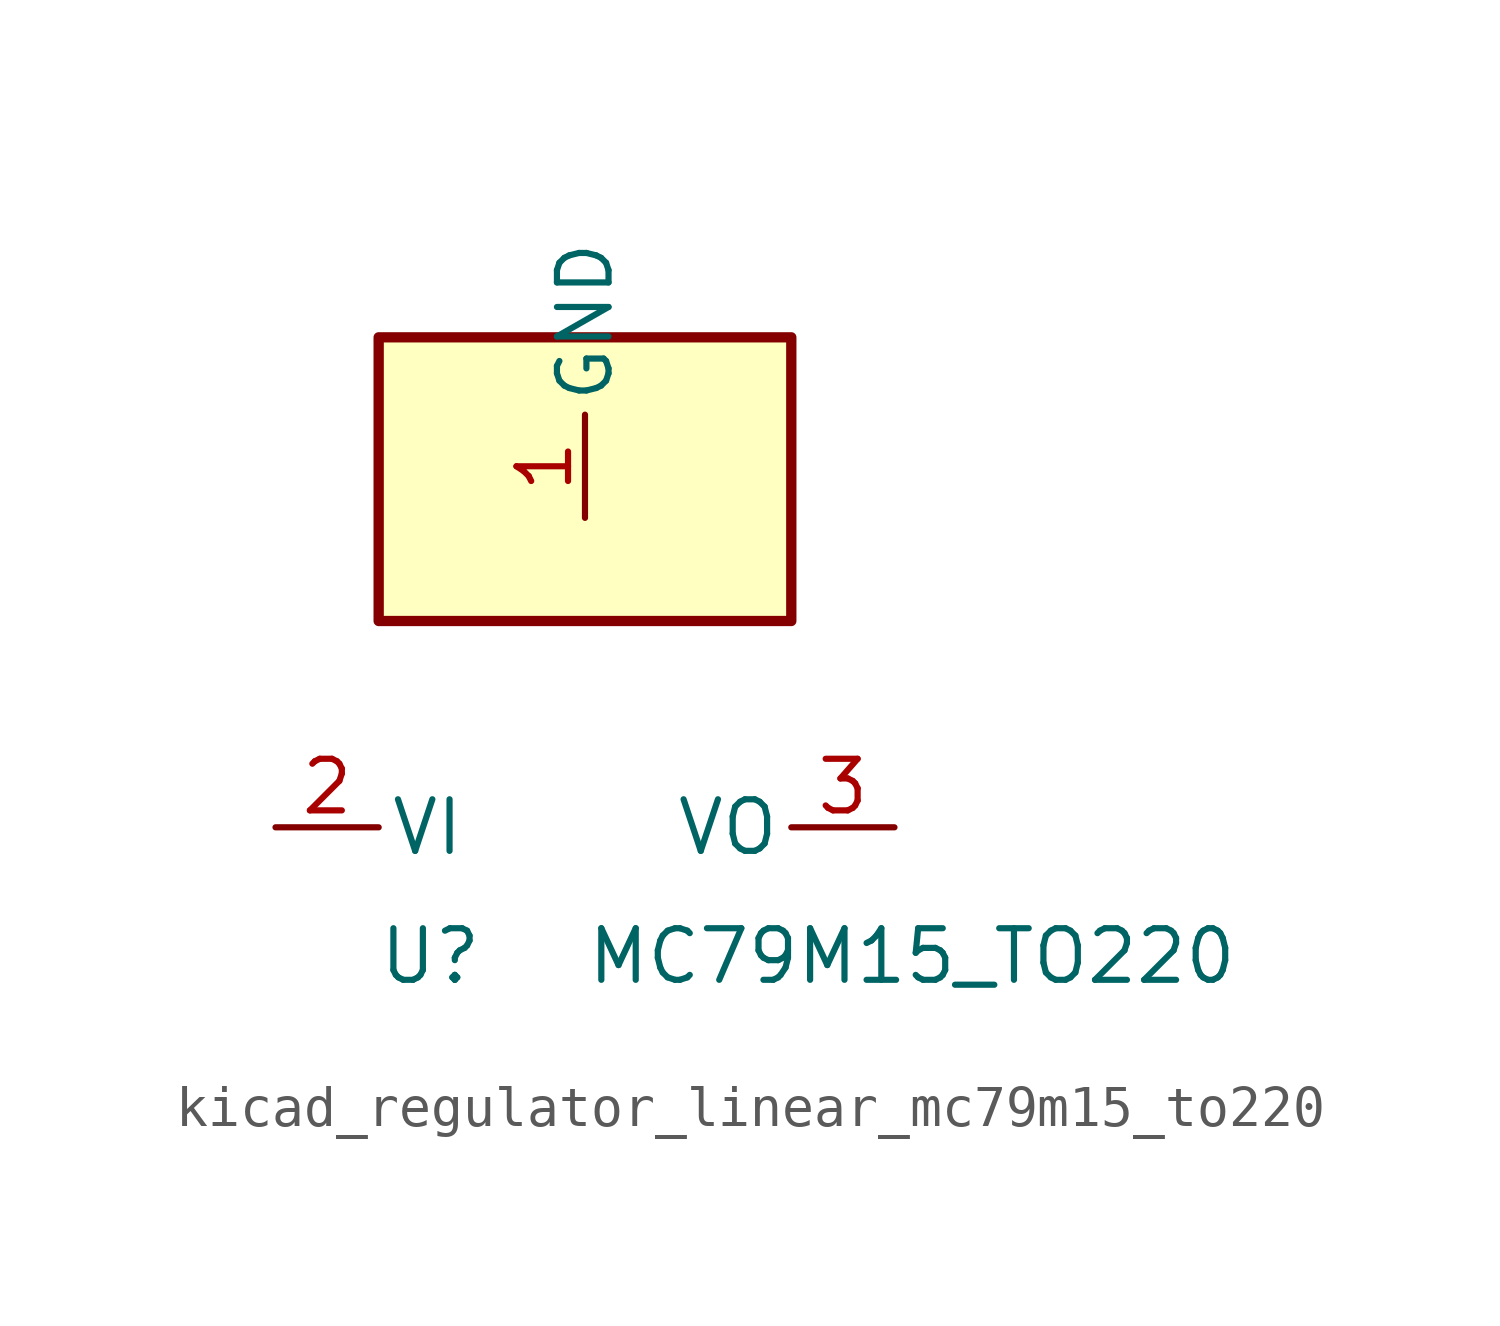
<source format=kicad_sym>
(kicad_symbol_lib
  (version 20220914)
  (generator kicad_symbol_editor)
  (symbol "kicad_regulator_linear_mc79m15_to220"
    (pin_names
      (offset 0.254))
    (property "Reference" "U"
      (at -3.81 -3.175 0)
      (effects (font (size 1.27 1.27))))
    (property "Value" "MC79M15_TO220"
      (at 0 -3.175 0)
      (effects (font (size 1.27 1.27)) (justify left)))
    (symbol "kicad_regulator_linear_mc79m15_to220_0_1"
      (rectangle (start 5.08 12.065) (end -5.08 5.08) (stroke (width 0.254) (type default)) (fill (type background))))
    (symbol "kicad_regulator_linear_mc79m15_to220_1_1"
      (pin power_in line (at 0 7.62 90) (length 2.54) (name "GND" (effects (font (size 1.27 1.27)))) (number "1" (effects (font (size 1.27 1.27)))))
      (pin power_in line (at -7.62 0 0) (length 2.54) (name "VI" (effects (font (size 1.27 1.27)))) (number "2" (effects (font (size 1.27 1.27)))))
      (pin power_out line (at 7.62 0 180) (length 2.54) (name "VO" (effects (font (size 1.27 1.27)))) (number "3" (effects (font (size 1.27 1.27))))))))
</source>
